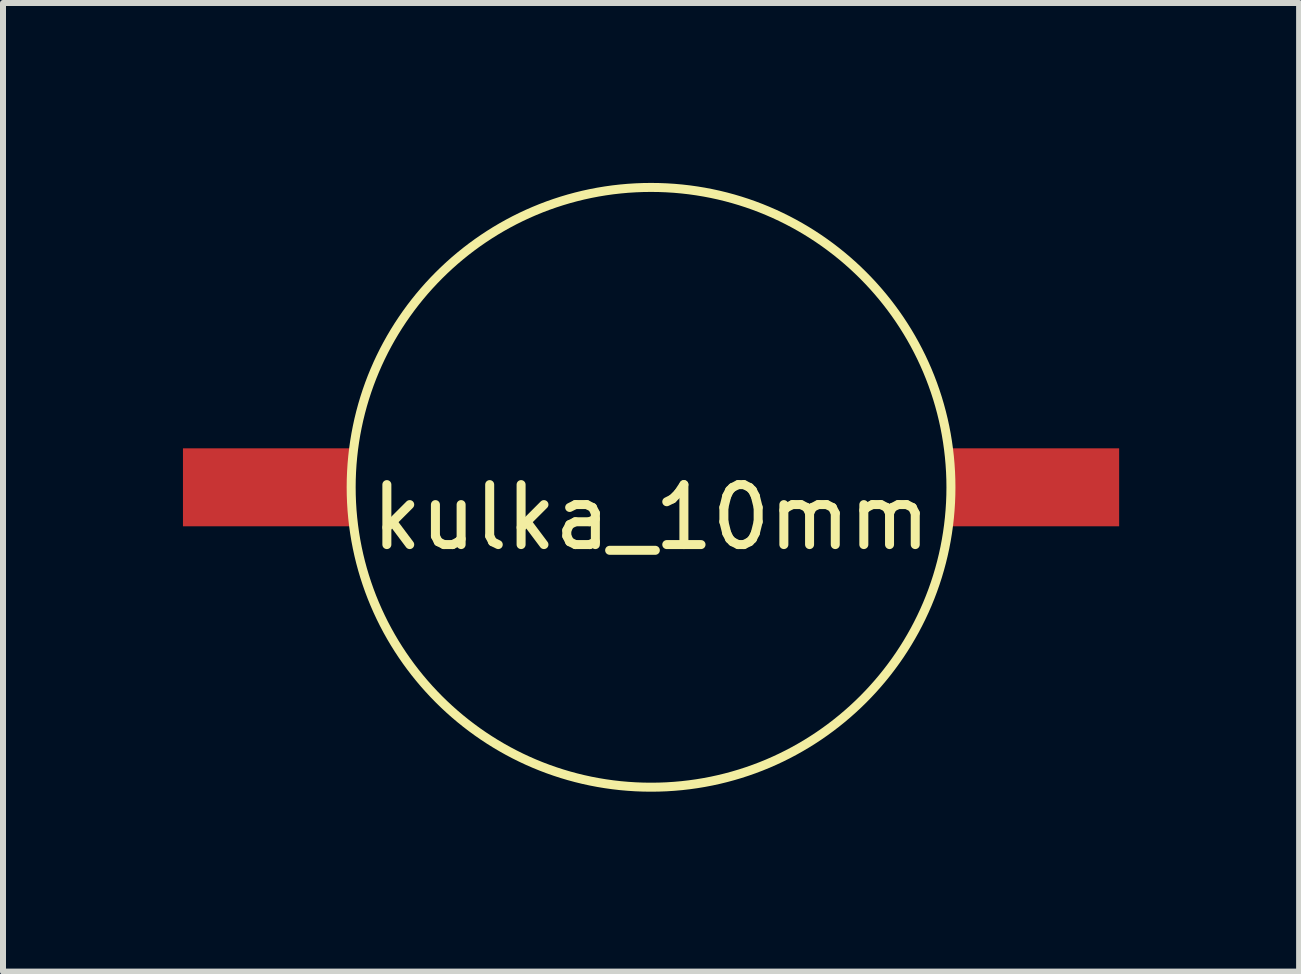
<source format=kicad_pcb>
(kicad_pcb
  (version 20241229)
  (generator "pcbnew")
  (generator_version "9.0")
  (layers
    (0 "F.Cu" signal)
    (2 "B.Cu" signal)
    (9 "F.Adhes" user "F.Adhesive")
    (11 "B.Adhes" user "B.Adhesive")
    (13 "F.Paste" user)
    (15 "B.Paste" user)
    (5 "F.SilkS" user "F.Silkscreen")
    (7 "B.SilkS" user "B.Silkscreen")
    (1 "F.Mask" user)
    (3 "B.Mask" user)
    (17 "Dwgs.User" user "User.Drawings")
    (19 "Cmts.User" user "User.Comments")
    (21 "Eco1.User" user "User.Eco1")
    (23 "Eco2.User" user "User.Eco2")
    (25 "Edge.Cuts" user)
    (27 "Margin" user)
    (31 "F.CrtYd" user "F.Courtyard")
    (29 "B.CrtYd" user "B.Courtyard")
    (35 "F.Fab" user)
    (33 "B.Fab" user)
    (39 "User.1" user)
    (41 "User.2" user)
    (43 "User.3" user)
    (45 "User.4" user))
  (footprint "kulka_10mm"
    (layer "F.Cu")
    (at 7.805 5.075)
    (property "Reference" "kulka_10mm" (at 0 0.5 0) (layer "F.SilkS") (effects (font (size 1 1) (thickness 0.15))))
    (attr through_hole)
    (fp_circle (center 0 0) (end 5 0) (stroke (width 0.15) (type solid)) (fill no) (layer "F.SilkS"))
    (pad "0" smd rect (at -6.402 0) (size 2.805 1.3) (layers "F.Cu" "F.Mask" "F.Paste"))
    (pad "0" smd rect (at 6.402 0) (size 2.805 1.3) (layers "F.Cu" "F.Mask" "F.Paste")))
  (gr_rect
    (start -3 -3)
    (end 18.61 13.15)
    (stroke (width 0.1) (type default))
    (fill no)
    (layer "Edge.Cuts")))
</source>
